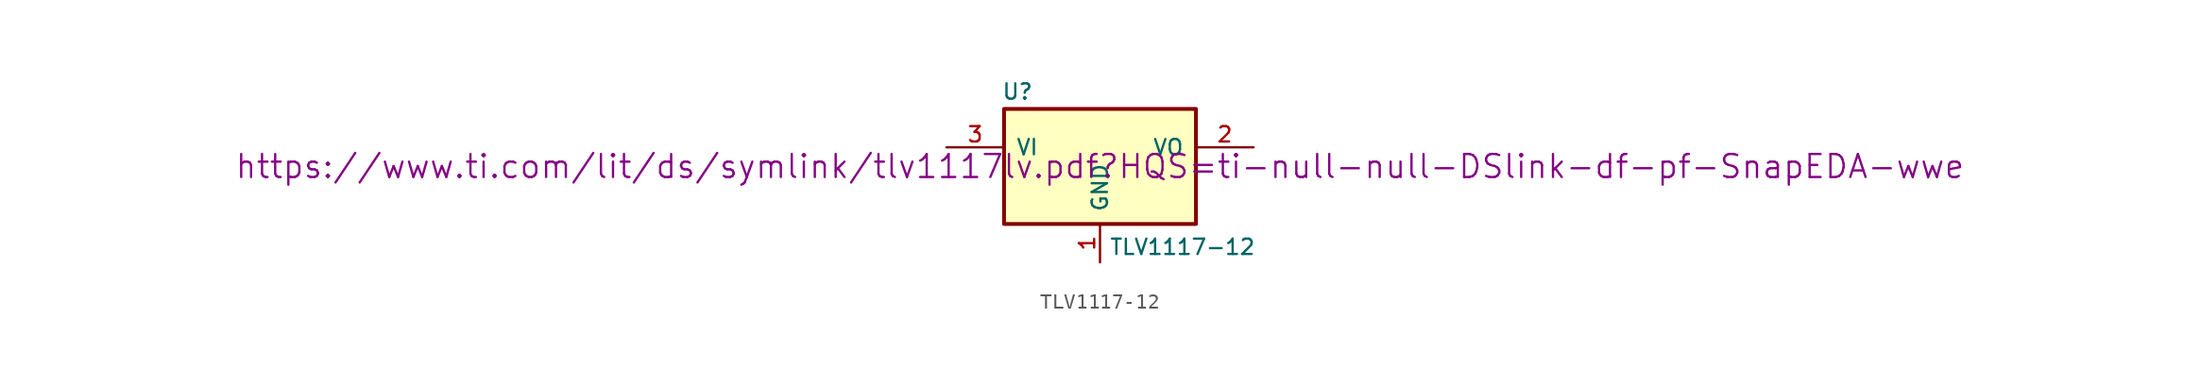
<source format=kicad_sym>
(kicad_symbol_lib
  (version 20220914)
  (generator kicad_symbol_editor)
  (symbol "TLV1117-12"
    (pin_names
      (offset 0.762))
    (property "Reference" "U"
      (at -5.461 4.953 0)
      (effects (font (size 1.016 1.016))))
    (property "Value" "TLV1117-12"
      (at 5.461 -5.334 0)
      (effects (font (size 1.016 1.016))))
    (property "Datasheet" "https://www.ti.com/lit/ds/symlink/tlv1117lv.pdf?HQS=ti-null-null-DSlink-df-pf-SnapEDA-wwe"
      (at 0 0 0)
      (effects (font (size 1.524 1.524))))
    (symbol "TLV1117-12_0_1"
      (rectangle (start -6.35 -3.81) (end 6.35 3.81) (stroke (width 0.254) (type solid)) (fill (type background))))
    (symbol "TLV1117-12_1_1"
      (pin passive line (at 0 -6.35 90) (length 2.54) (name "GND" (effects (font (size 1.016 1.016)))) (number "1" (effects (font (size 1.016 1.016)))))
      (pin power_out line (at 10.16 1.27 180) (length 3.81) (name "VO" (effects (font (size 1.016 1.016)))) (number "2" (effects (font (size 1.016 1.016)))))
      (pin power_in line (at -10.16 1.27 0) (length 3.81) (name "VI" (effects (font (size 1.016 1.016)))) (number "3" (effects (font (size 1.016 1.016))))))))
</source>
